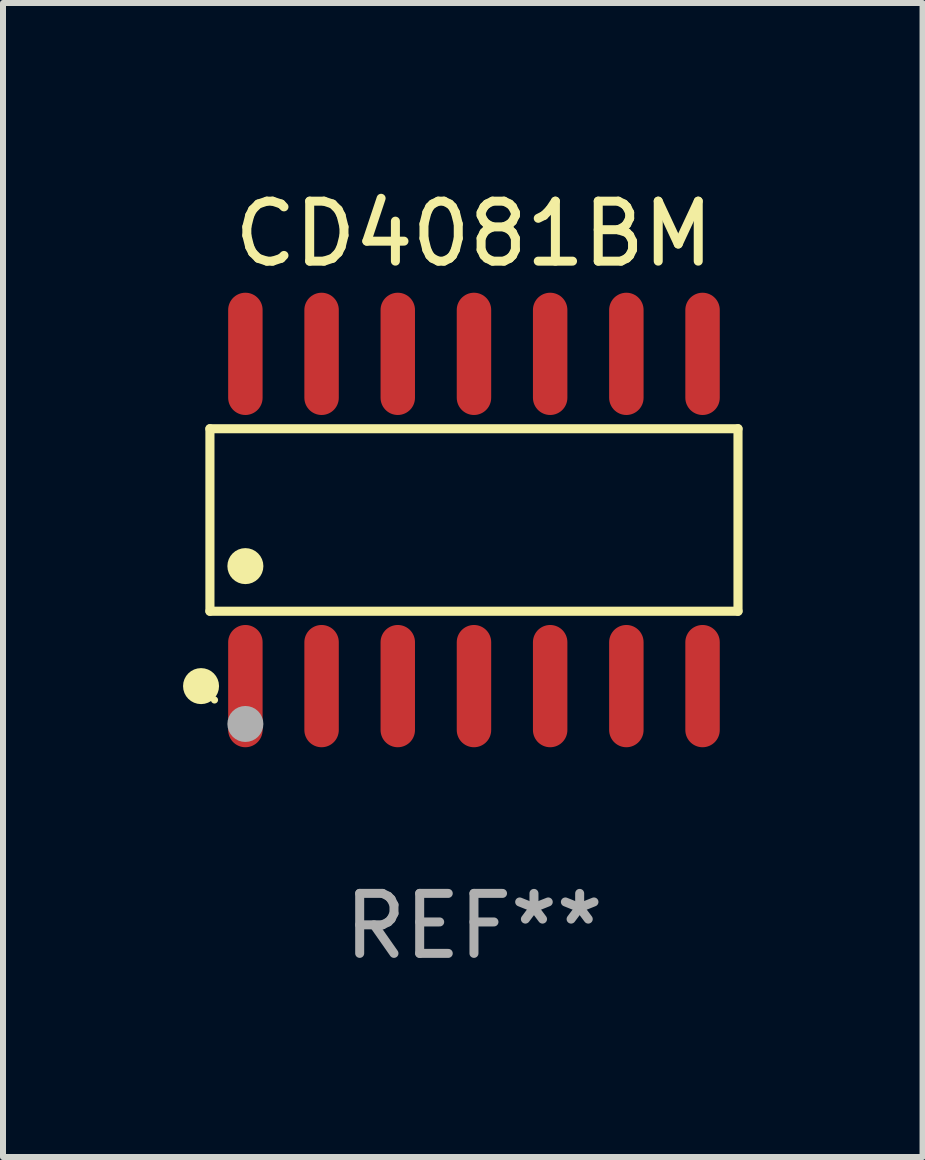
<source format=kicad_pcb>
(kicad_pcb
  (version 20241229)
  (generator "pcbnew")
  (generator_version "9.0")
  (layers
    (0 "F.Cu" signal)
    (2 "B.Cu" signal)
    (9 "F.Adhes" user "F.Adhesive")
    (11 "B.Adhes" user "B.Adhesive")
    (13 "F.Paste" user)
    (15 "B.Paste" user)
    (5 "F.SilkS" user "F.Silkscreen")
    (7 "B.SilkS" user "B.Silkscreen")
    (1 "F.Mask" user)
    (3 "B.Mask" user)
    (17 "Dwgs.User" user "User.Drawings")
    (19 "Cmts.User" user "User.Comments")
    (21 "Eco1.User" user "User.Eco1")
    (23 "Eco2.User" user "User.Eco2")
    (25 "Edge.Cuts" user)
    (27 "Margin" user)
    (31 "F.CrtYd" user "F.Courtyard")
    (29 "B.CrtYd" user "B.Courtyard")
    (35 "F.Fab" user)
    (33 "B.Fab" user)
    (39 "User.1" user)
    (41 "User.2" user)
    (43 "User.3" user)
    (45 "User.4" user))
  (footprint "CD4081BM"
    (layer "F.Cu")
    (at 4.85 5.617)
    (property "Reference" "CD4081BM" (at 0 -4.769 0) (layer "F.SilkS") (effects (font (size 1 1) (thickness 0.15))))
    (attr through_hole)
    (fp_line (start -4.401 -1.521) (end 4.401 -1.521) (stroke (width 0.152) (type solid)) (layer "F.SilkS"))
    (fp_line (start -4.401 1.521) (end -4.401 -1.521) (stroke (width 0.152) (type solid)) (layer "F.SilkS"))
    (fp_line (start 4.401 -1.521) (end 4.401 1.521) (stroke (width 0.152) (type solid)) (layer "F.SilkS"))
    (fp_line (start 4.401 1.521) (end -4.401 1.521) (stroke (width 0.152) (type solid)) (layer "F.SilkS"))
    (fp_circle (center -4.549 2.769) (end -4.399 2.769) (stroke (width 0.3) (type solid)) (fill no) (layer "F.SilkS"))
    (fp_circle (center -4.325 3) (end -4.295 3) (stroke (width 0.06) (type solid)) (fill no) (layer "F.SilkS"))
    (fp_circle (center -3.81 0.769) (end -3.66 0.769) (stroke (width 0.3) (type solid)) (fill no) (layer "F.SilkS"))
    (fp_circle (center -3.81 3.4) (end -3.66 3.4) (stroke (width 0.3) (type solid)) (fill no) (layer "F.Fab"))
    (fp_text user "REF**" (at 0 6.769 0) (layer "F.Fab") (effects (font (size 1 1) (thickness 0.15))))
    (pad "1" smd oval (at -3.81 2.769) (size 0.574 2.038) (layers "F.Cu" "F.Mask" "F.Paste"))
    (pad "2" smd oval (at -2.54 2.769) (size 0.574 2.038) (layers "F.Cu" "F.Mask" "F.Paste"))
    (pad "3" smd oval (at -1.27 2.769) (size 0.574 2.038) (layers "F.Cu" "F.Mask" "F.Paste"))
    (pad "4" smd oval (at 0 2.769) (size 0.574 2.038) (layers "F.Cu" "F.Mask" "F.Paste"))
    (pad "5" smd oval (at 1.27 2.769) (size 0.574 2.038) (layers "F.Cu" "F.Mask" "F.Paste"))
    (pad "6" smd oval (at 2.54 2.769) (size 0.574 2.038) (layers "F.Cu" "F.Mask" "F.Paste"))
    (pad "7" smd oval (at 3.81 2.769) (size 0.574 2.038) (layers "F.Cu" "F.Mask" "F.Paste"))
    (pad "8" smd oval (at 3.81 -2.769) (size 0.574 2.038) (layers "F.Cu" "F.Mask" "F.Paste"))
    (pad "9" smd oval (at 2.54 -2.769) (size 0.574 2.038) (layers "F.Cu" "F.Mask" "F.Paste"))
    (pad "10" smd oval (at 1.27 -2.769) (size 0.574 2.038) (layers "F.Cu" "F.Mask" "F.Paste"))
    (pad "11" smd oval (at 0 -2.769) (size 0.574 2.038) (layers "F.Cu" "F.Mask" "F.Paste"))
    (pad "12" smd oval (at -1.27 -2.769) (size 0.574 2.038) (layers "F.Cu" "F.Mask" "F.Paste"))
    (pad "13" smd oval (at -2.54 -2.769) (size 0.574 2.038) (layers "F.Cu" "F.Mask" "F.Paste"))
    (pad "14" smd oval (at -3.81 -2.769) (size 0.574 2.038) (layers "F.Cu" "F.Mask" "F.Paste")))
  (gr_rect
    (start -3 -3)
    (end 12.327 16.235)
    (stroke (width 0.1) (type default))
    (fill no)
    (layer "Edge.Cuts")))
</source>
